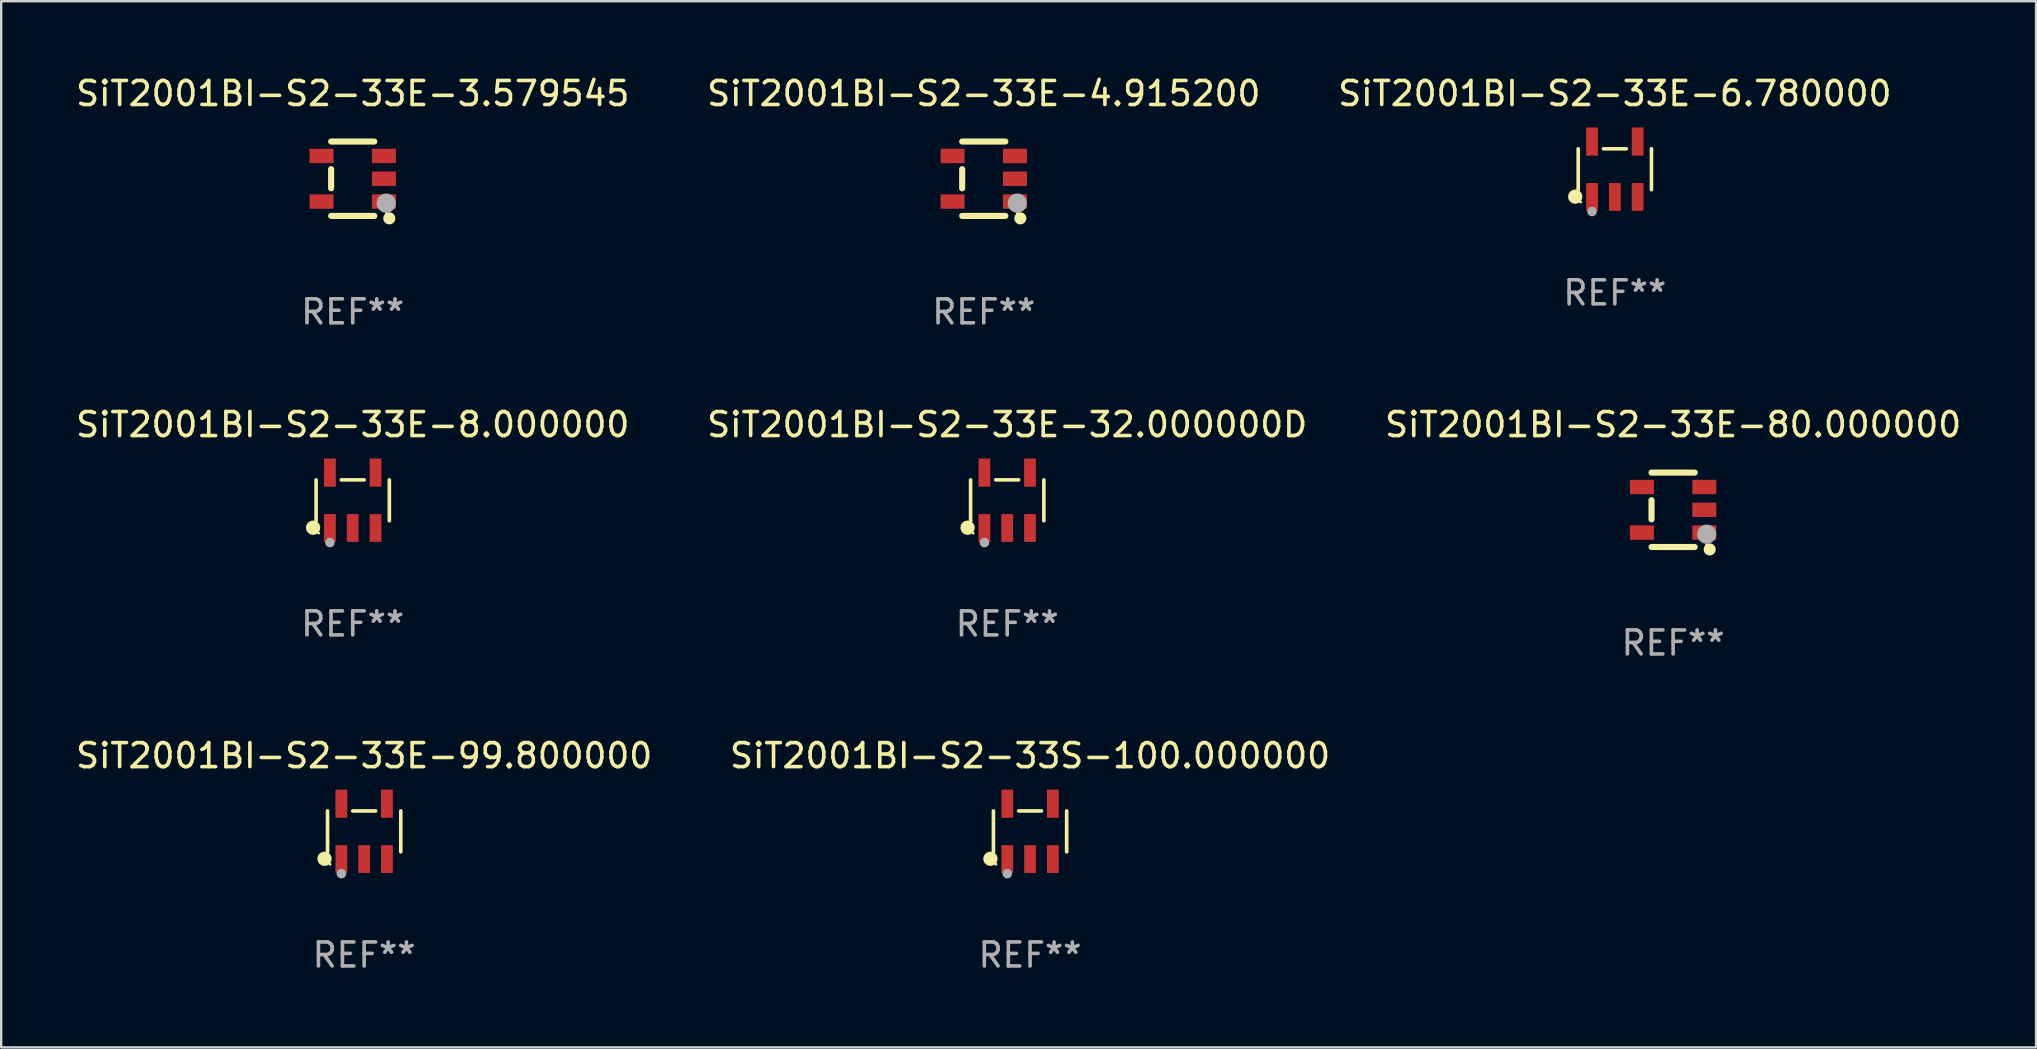
<source format=kicad_pcb>
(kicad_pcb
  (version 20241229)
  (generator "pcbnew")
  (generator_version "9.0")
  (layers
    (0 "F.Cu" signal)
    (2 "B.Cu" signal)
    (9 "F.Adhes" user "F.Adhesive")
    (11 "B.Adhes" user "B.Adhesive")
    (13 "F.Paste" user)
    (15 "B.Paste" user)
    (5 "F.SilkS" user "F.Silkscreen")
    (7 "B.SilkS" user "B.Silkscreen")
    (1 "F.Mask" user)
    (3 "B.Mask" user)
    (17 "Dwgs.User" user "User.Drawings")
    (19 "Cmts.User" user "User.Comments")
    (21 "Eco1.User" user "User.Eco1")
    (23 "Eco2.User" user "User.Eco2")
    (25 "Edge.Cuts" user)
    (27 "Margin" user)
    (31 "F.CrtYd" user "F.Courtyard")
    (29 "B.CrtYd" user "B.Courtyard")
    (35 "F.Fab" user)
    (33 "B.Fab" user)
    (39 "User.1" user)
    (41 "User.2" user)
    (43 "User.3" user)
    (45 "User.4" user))
  (footprint "SiT2001BI-S2-33E-4.915200"
    (layer "F.Cu")
    (at 37.946 4.398)
    (property "Reference" "SiT2001BI-S2-33E-4.915200" (at 0 -3.55 0) (layer "F.SilkS") (effects (font (size 1 1) (thickness 0.15))))
    (attr through_hole)
    (fp_line (start -0.9 -1.55) (end 0.9 -1.55) (stroke (width 0.254) (type solid)) (layer "F.SilkS"))
    (fp_line (start -0.9 0.4) (end -0.9 -0.4) (stroke (width 0.254) (type solid)) (layer "F.SilkS"))
    (fp_line (start -0.9 1.55) (end 0.9 1.55) (stroke (width 0.254) (type solid)) (layer "F.SilkS"))
    (fp_circle (center 1.4 1.45) (end 1.43 1.45) (stroke (width 0.06) (type solid)) (fill no) (layer "F.SilkS"))
    (fp_circle (center 1.524 1.651) (end 1.651 1.651) (stroke (width 0.254) (type solid)) (fill no) (layer "F.SilkS"))
    (fp_circle (center 1.397 1.016) (end 1.597 1.016) (stroke (width 0.4) (type solid)) (fill no) (layer "F.Fab"))
    (fp_text user "REF**" (at 0 5.55 0) (layer "F.Fab") (effects (font (size 1 1) (thickness 0.15))))
    (pad "1" smd rect (at 1.3 0.95) (size 1 0.6) (layers "F.Cu" "F.Mask" "F.Paste"))
    (pad "2" smd rect (at 1.3 -0.000051) (size 1 0.6) (layers "F.Cu" "F.Mask" "F.Paste"))
    (pad "3" smd rect (at 1.3 -0.95) (size 1 0.6) (layers "F.Cu" "F.Mask" "F.Paste"))
    (pad "4" smd rect (at -1.3 -0.95) (size 1 0.6) (layers "F.Cu" "F.Mask" "F.Paste"))
    (pad "5" smd rect (at -1.3 0.95) (size 1 0.6) (layers "F.Cu" "F.Mask" "F.Paste")))
  (footprint "SiT2001BI-S2-33E-32.000000D"
    (layer "F.Cu")
    (at 38.923 17.798)
    (property "Reference" "SiT2001BI-S2-33E-32.000000D" (at 0 -3.154 0) (layer "F.SilkS") (effects (font (size 1 1) (thickness 0.15))))
    (attr through_hole)
    (fp_line (start -1.526 0.851) (end -1.526 -0.851) (stroke (width 0.152) (type solid)) (layer "F.SilkS"))
    (fp_line (start 0.476 -0.851) (end -0.476 -0.851) (stroke (width 0.152) (type solid)) (layer "F.SilkS"))
    (fp_line (start 1.526 0.851) (end 1.526 -0.851) (stroke (width 0.152) (type solid)) (layer "F.SilkS"))
    (fp_circle (center -1.651 1.143) (end -1.501 1.143) (stroke (width 0.3) (type solid)) (fill no) (layer "F.SilkS"))
    (fp_circle (center -1.42 1.37) (end -1.39 1.37) (stroke (width 0.06) (type solid)) (fill no) (layer "F.SilkS"))
    (fp_circle (center -0.95 1.763) (end -0.85 1.763) (stroke (width 0.2) (type solid)) (fill no) (layer "F.Fab"))
    (fp_text user "REF**" (at 0 5.154 0) (layer "F.Fab") (effects (font (size 1 1) (thickness 0.15))))
    (pad "1" smd rect (at -0.95 1.154) (size 0.49 1.157) (layers "F.Cu" "F.Mask" "F.Paste"))
    (pad "2" smd rect (at 0 1.154) (size 0.49 1.157) (layers "F.Cu" "F.Mask" "F.Paste"))
    (pad "3" smd rect (at 0.95 1.154) (size 0.49 1.157) (layers "F.Cu" "F.Mask" "F.Paste"))
    (pad "4" smd rect (at 0.95 -1.154) (size 0.49 1.175) (layers "F.Cu" "F.Mask" "F.Paste"))
    (pad "5" smd rect (at -0.95 -1.154) (size 0.49 1.175) (layers "F.Cu" "F.Mask" "F.Paste")))
  (footprint "SiT2001BI-S2-33E-6.780000"
    (layer "F.Cu")
    (at 64.244 4.002)
    (property "Reference" "SiT2001BI-S2-33E-6.780000" (at 0 -3.154 0) (layer "F.SilkS") (effects (font (size 1 1) (thickness 0.15))))
    (attr through_hole)
    (fp_line (start -1.526 0.851) (end -1.526 -0.851) (stroke (width 0.152) (type solid)) (layer "F.SilkS"))
    (fp_line (start 0.476 -0.851) (end -0.476 -0.851) (stroke (width 0.152) (type solid)) (layer "F.SilkS"))
    (fp_line (start 1.526 0.851) (end 1.526 -0.851) (stroke (width 0.152) (type solid)) (layer "F.SilkS"))
    (fp_circle (center -1.651 1.143) (end -1.501 1.143) (stroke (width 0.3) (type solid)) (fill no) (layer "F.SilkS"))
    (fp_circle (center -1.42 1.37) (end -1.39 1.37) (stroke (width 0.06) (type solid)) (fill no) (layer "F.SilkS"))
    (fp_circle (center -0.95 1.763) (end -0.85 1.763) (stroke (width 0.2) (type solid)) (fill no) (layer "F.Fab"))
    (fp_text user "REF**" (at 0 5.154 0) (layer "F.Fab") (effects (font (size 1 1) (thickness 0.15))))
    (pad "1" smd rect (at -0.95 1.154) (size 0.49 1.157) (layers "F.Cu" "F.Mask" "F.Paste"))
    (pad "2" smd rect (at 0 1.154) (size 0.49 1.157) (layers "F.Cu" "F.Mask" "F.Paste"))
    (pad "3" smd rect (at 0.95 1.154) (size 0.49 1.157) (layers "F.Cu" "F.Mask" "F.Paste"))
    (pad "4" smd rect (at 0.95 -1.154) (size 0.49 1.175) (layers "F.Cu" "F.Mask" "F.Paste"))
    (pad "5" smd rect (at -0.95 -1.154) (size 0.49 1.175) (layers "F.Cu" "F.Mask" "F.Paste")))
  (footprint "SiT2001BI-S2-33S-100.000000"
    (layer "F.Cu")
    (at 39.875 31.595)
    (property "Reference" "SiT2001BI-S2-33S-100.000000" (at 0 -3.154 0) (layer "F.SilkS") (effects (font (size 1 1) (thickness 0.15))))
    (attr through_hole)
    (fp_line (start -1.526 0.851) (end -1.526 -0.851) (stroke (width 0.152) (type solid)) (layer "F.SilkS"))
    (fp_line (start 0.476 -0.851) (end -0.476 -0.851) (stroke (width 0.152) (type solid)) (layer "F.SilkS"))
    (fp_line (start 1.526 0.851) (end 1.526 -0.851) (stroke (width 0.152) (type solid)) (layer "F.SilkS"))
    (fp_circle (center -1.651 1.143) (end -1.501 1.143) (stroke (width 0.3) (type solid)) (fill no) (layer "F.SilkS"))
    (fp_circle (center -1.42 1.37) (end -1.39 1.37) (stroke (width 0.06) (type solid)) (fill no) (layer "F.SilkS"))
    (fp_circle (center -0.95 1.763) (end -0.85 1.763) (stroke (width 0.2) (type solid)) (fill no) (layer "F.Fab"))
    (fp_text user "REF**" (at 0 5.154 0) (layer "F.Fab") (effects (font (size 1 1) (thickness 0.15))))
    (pad "1" smd rect (at -0.95 1.154) (size 0.49 1.157) (layers "F.Cu" "F.Mask" "F.Paste"))
    (pad "2" smd rect (at 0 1.154) (size 0.49 1.157) (layers "F.Cu" "F.Mask" "F.Paste"))
    (pad "3" smd rect (at 0.95 1.154) (size 0.49 1.157) (layers "F.Cu" "F.Mask" "F.Paste"))
    (pad "4" smd rect (at 0.95 -1.154) (size 0.49 1.175) (layers "F.Cu" "F.Mask" "F.Paste"))
    (pad "5" smd rect (at -0.95 -1.154) (size 0.49 1.175) (layers "F.Cu" "F.Mask" "F.Paste")))
  (footprint "SiT2001BI-S2-33E-80.000000"
    (layer "F.Cu")
    (at 66.673 18.195)
    (property "Reference" "SiT2001BI-S2-33E-80.000000" (at 0 -3.55 0) (layer "F.SilkS") (effects (font (size 1 1) (thickness 0.15))))
    (attr through_hole)
    (fp_line (start -0.9 -1.55) (end 0.9 -1.55) (stroke (width 0.254) (type solid)) (layer "F.SilkS"))
    (fp_line (start -0.9 0.4) (end -0.9 -0.4) (stroke (width 0.254) (type solid)) (layer "F.SilkS"))
    (fp_line (start -0.9 1.55) (end 0.9 1.55) (stroke (width 0.254) (type solid)) (layer "F.SilkS"))
    (fp_circle (center 1.4 1.45) (end 1.43 1.45) (stroke (width 0.06) (type solid)) (fill no) (layer "F.SilkS"))
    (fp_circle (center 1.524 1.651) (end 1.651 1.651) (stroke (width 0.254) (type solid)) (fill no) (layer "F.SilkS"))
    (fp_circle (center 1.397 1.016) (end 1.597 1.016) (stroke (width 0.4) (type solid)) (fill no) (layer "F.Fab"))
    (fp_text user "REF**" (at 0 5.55 0) (layer "F.Fab") (effects (font (size 1 1) (thickness 0.15))))
    (pad "1" smd rect (at 1.3 0.95) (size 1 0.6) (layers "F.Cu" "F.Mask" "F.Paste"))
    (pad "2" smd rect (at 1.3 -0.000051) (size 1 0.6) (layers "F.Cu" "F.Mask" "F.Paste"))
    (pad "3" smd rect (at 1.3 -0.95) (size 1 0.6) (layers "F.Cu" "F.Mask" "F.Paste"))
    (pad "4" smd rect (at -1.3 -0.95) (size 1 0.6) (layers "F.Cu" "F.Mask" "F.Paste"))
    (pad "5" smd rect (at -1.3 0.95) (size 1 0.6) (layers "F.Cu" "F.Mask" "F.Paste")))
  (footprint "SiT2001BI-S2-33E-3.579545"
    (layer "F.Cu")
    (at 11.649 4.398)
    (property "Reference" "SiT2001BI-S2-33E-3.579545" (at 0 -3.55 0) (layer "F.SilkS") (effects (font (size 1 1) (thickness 0.15))))
    (attr through_hole)
    (fp_line (start -0.9 -1.55) (end 0.9 -1.55) (stroke (width 0.254) (type solid)) (layer "F.SilkS"))
    (fp_line (start -0.9 0.4) (end -0.9 -0.4) (stroke (width 0.254) (type solid)) (layer "F.SilkS"))
    (fp_line (start -0.9 1.55) (end 0.9 1.55) (stroke (width 0.254) (type solid)) (layer "F.SilkS"))
    (fp_circle (center 1.4 1.45) (end 1.43 1.45) (stroke (width 0.06) (type solid)) (fill no) (layer "F.SilkS"))
    (fp_circle (center 1.524 1.651) (end 1.651 1.651) (stroke (width 0.254) (type solid)) (fill no) (layer "F.SilkS"))
    (fp_circle (center 1.397 1.016) (end 1.597 1.016) (stroke (width 0.4) (type solid)) (fill no) (layer "F.Fab"))
    (fp_text user "REF**" (at 0 5.55 0) (layer "F.Fab") (effects (font (size 1 1) (thickness 0.15))))
    (pad "1" smd rect (at 1.3 0.95) (size 1 0.6) (layers "F.Cu" "F.Mask" "F.Paste"))
    (pad "2" smd rect (at 1.3 -0.000051) (size 1 0.6) (layers "F.Cu" "F.Mask" "F.Paste"))
    (pad "3" smd rect (at 1.3 -0.95) (size 1 0.6) (layers "F.Cu" "F.Mask" "F.Paste"))
    (pad "4" smd rect (at -1.3 -0.95) (size 1 0.6) (layers "F.Cu" "F.Mask" "F.Paste"))
    (pad "5" smd rect (at -1.3 0.95) (size 1 0.6) (layers "F.Cu" "F.Mask" "F.Paste")))
  (footprint "SiT2001BI-S2-33E-8.000000"
    (layer "F.Cu")
    (at 11.649 17.798)
    (property "Reference" "SiT2001BI-S2-33E-8.000000" (at 0 -3.154 0) (layer "F.SilkS") (effects (font (size 1 1) (thickness 0.15))))
    (attr through_hole)
    (fp_line (start -1.526 0.851) (end -1.526 -0.851) (stroke (width 0.152) (type solid)) (layer "F.SilkS"))
    (fp_line (start 0.476 -0.851) (end -0.476 -0.851) (stroke (width 0.152) (type solid)) (layer "F.SilkS"))
    (fp_line (start 1.526 0.851) (end 1.526 -0.851) (stroke (width 0.152) (type solid)) (layer "F.SilkS"))
    (fp_circle (center -1.651 1.143) (end -1.501 1.143) (stroke (width 0.3) (type solid)) (fill no) (layer "F.SilkS"))
    (fp_circle (center -1.42 1.37) (end -1.39 1.37) (stroke (width 0.06) (type solid)) (fill no) (layer "F.SilkS"))
    (fp_circle (center -0.95 1.763) (end -0.85 1.763) (stroke (width 0.2) (type solid)) (fill no) (layer "F.Fab"))
    (fp_text user "REF**" (at 0 5.154 0) (layer "F.Fab") (effects (font (size 1 1) (thickness 0.15))))
    (pad "1" smd rect (at -0.95 1.154) (size 0.49 1.157) (layers "F.Cu" "F.Mask" "F.Paste"))
    (pad "2" smd rect (at 0 1.154) (size 0.49 1.157) (layers "F.Cu" "F.Mask" "F.Paste"))
    (pad "3" smd rect (at 0.95 1.154) (size 0.49 1.157) (layers "F.Cu" "F.Mask" "F.Paste"))
    (pad "4" smd rect (at 0.95 -1.154) (size 0.49 1.175) (layers "F.Cu" "F.Mask" "F.Paste"))
    (pad "5" smd rect (at -0.95 -1.154) (size 0.49 1.175) (layers "F.Cu" "F.Mask" "F.Paste")))
  (footprint "SiT2001BI-S2-33E-99.800000"
    (layer "F.Cu")
    (at 12.125 31.595)
    (property "Reference" "SiT2001BI-S2-33E-99.800000" (at 0 -3.154 0) (layer "F.SilkS") (effects (font (size 1 1) (thickness 0.15))))
    (attr through_hole)
    (fp_line (start -1.526 0.851) (end -1.526 -0.851) (stroke (width 0.152) (type solid)) (layer "F.SilkS"))
    (fp_line (start 0.476 -0.851) (end -0.476 -0.851) (stroke (width 0.152) (type solid)) (layer "F.SilkS"))
    (fp_line (start 1.526 0.851) (end 1.526 -0.851) (stroke (width 0.152) (type solid)) (layer "F.SilkS"))
    (fp_circle (center -1.651 1.143) (end -1.501 1.143) (stroke (width 0.3) (type solid)) (fill no) (layer "F.SilkS"))
    (fp_circle (center -1.42 1.37) (end -1.39 1.37) (stroke (width 0.06) (type solid)) (fill no) (layer "F.SilkS"))
    (fp_circle (center -0.95 1.763) (end -0.85 1.763) (stroke (width 0.2) (type solid)) (fill no) (layer "F.Fab"))
    (fp_text user "REF**" (at 0 5.154 0) (layer "F.Fab") (effects (font (size 1 1) (thickness 0.15))))
    (pad "1" smd rect (at -0.95 1.154) (size 0.49 1.157) (layers "F.Cu" "F.Mask" "F.Paste"))
    (pad "2" smd rect (at 0 1.154) (size 0.49 1.157) (layers "F.Cu" "F.Mask" "F.Paste"))
    (pad "3" smd rect (at 0.95 1.154) (size 0.49 1.157) (layers "F.Cu" "F.Mask" "F.Paste"))
    (pad "4" smd rect (at 0.95 -1.154) (size 0.49 1.175) (layers "F.Cu" "F.Mask" "F.Paste"))
    (pad "5" smd rect (at -0.95 -1.154) (size 0.49 1.175) (layers "F.Cu" "F.Mask" "F.Paste")))
  (gr_rect
    (start -3 -3)
    (end 81.798 40.597)
    (stroke (width 0.1) (type default))
    (fill no)
    (layer "Edge.Cuts")))
</source>
